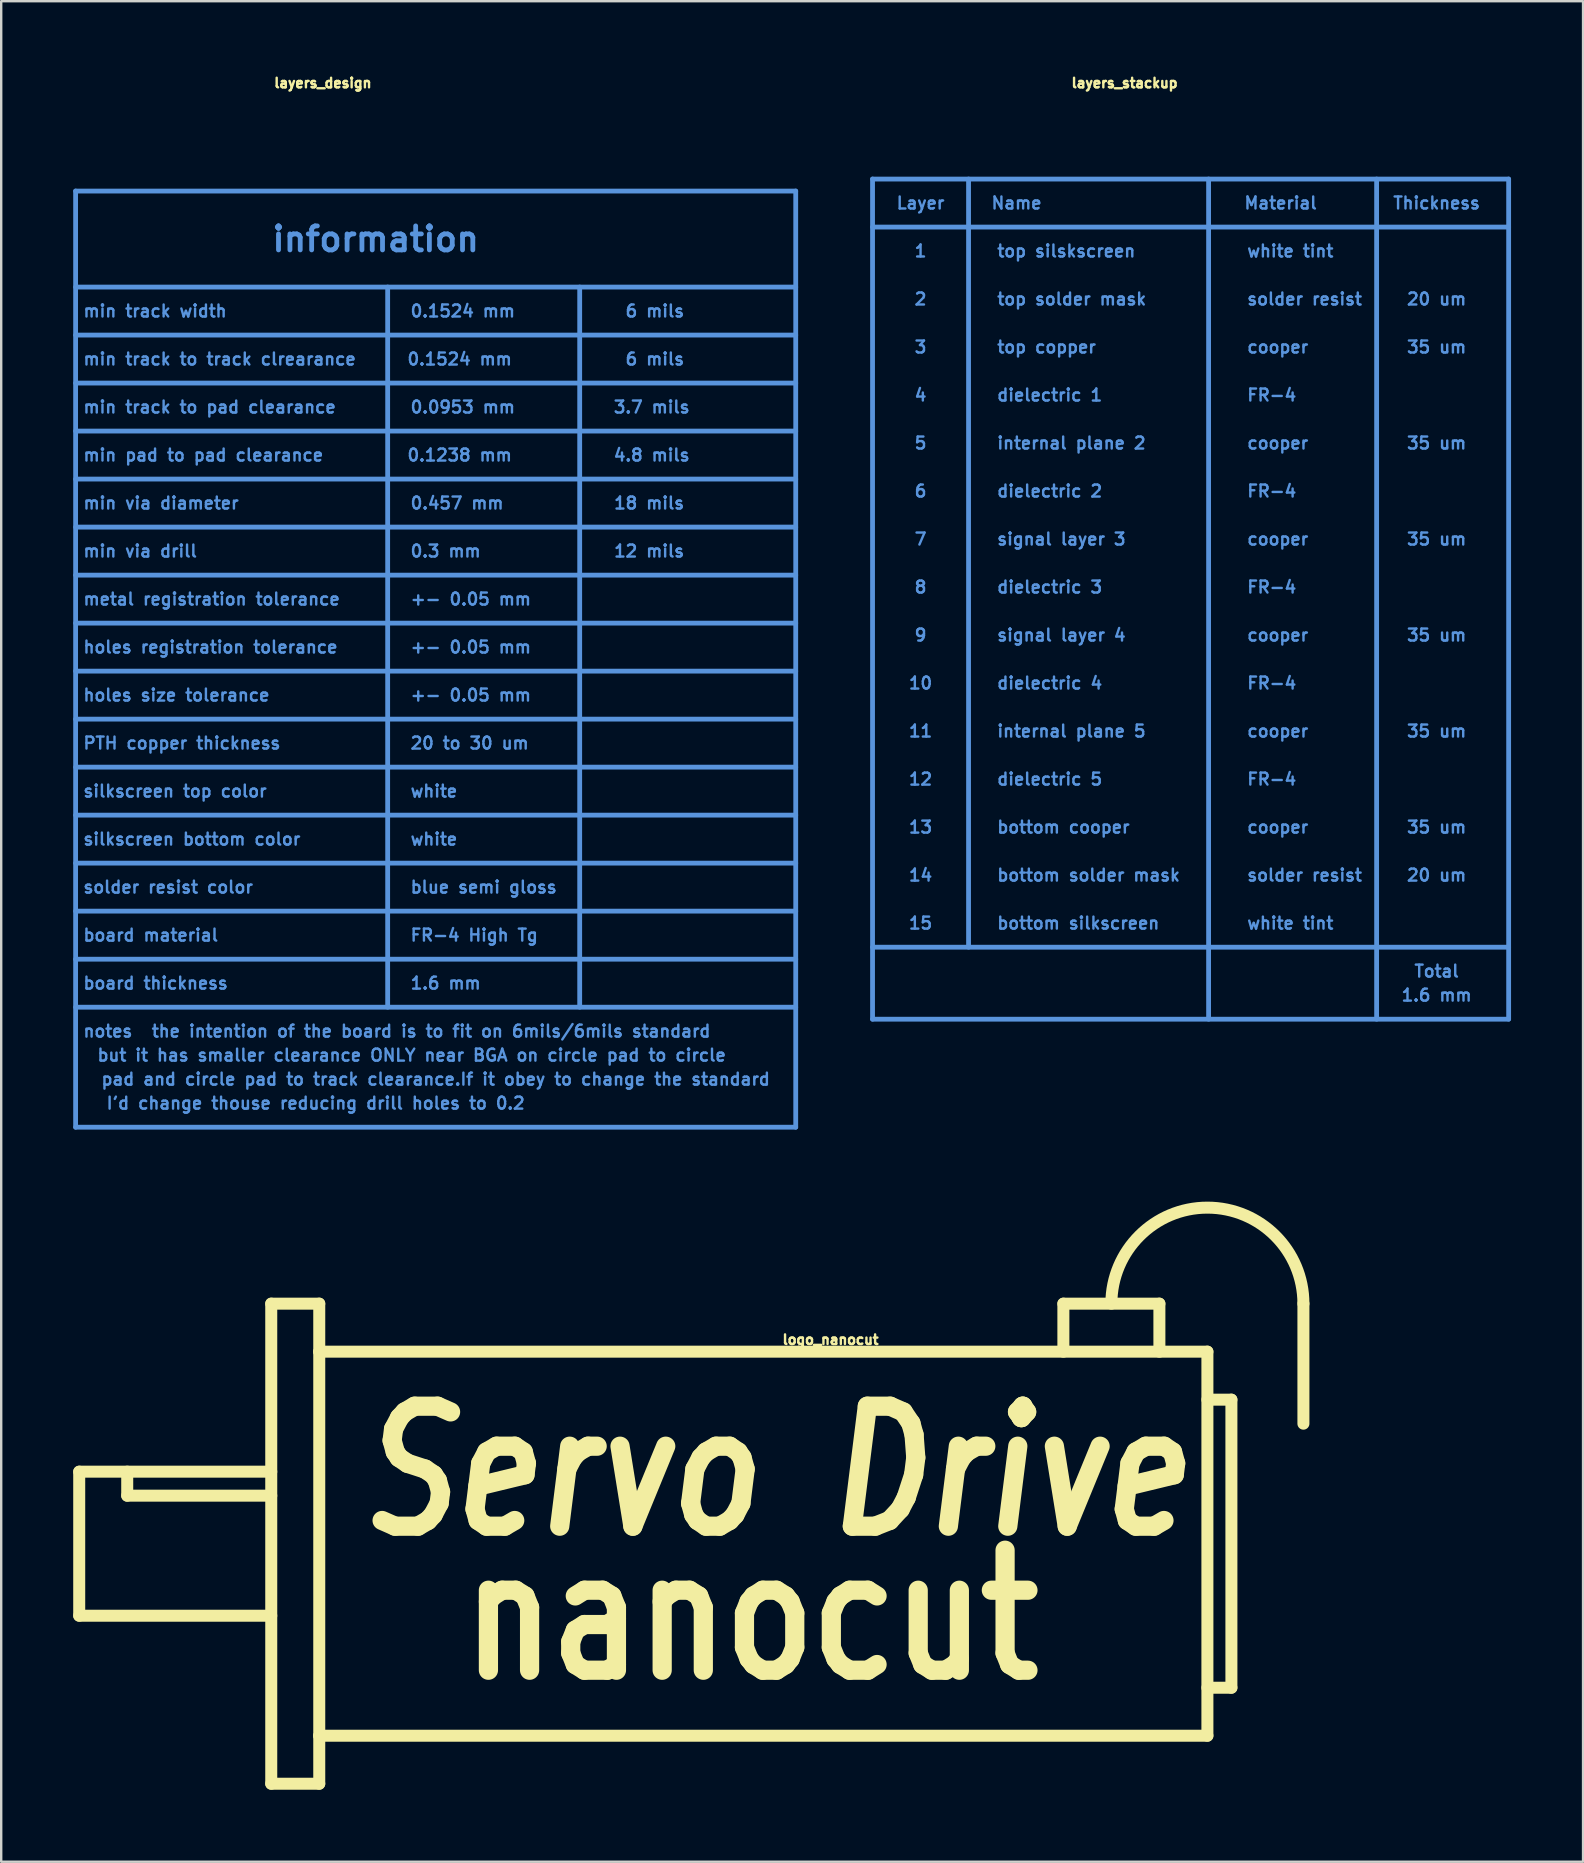
<source format=kicad_pcb>
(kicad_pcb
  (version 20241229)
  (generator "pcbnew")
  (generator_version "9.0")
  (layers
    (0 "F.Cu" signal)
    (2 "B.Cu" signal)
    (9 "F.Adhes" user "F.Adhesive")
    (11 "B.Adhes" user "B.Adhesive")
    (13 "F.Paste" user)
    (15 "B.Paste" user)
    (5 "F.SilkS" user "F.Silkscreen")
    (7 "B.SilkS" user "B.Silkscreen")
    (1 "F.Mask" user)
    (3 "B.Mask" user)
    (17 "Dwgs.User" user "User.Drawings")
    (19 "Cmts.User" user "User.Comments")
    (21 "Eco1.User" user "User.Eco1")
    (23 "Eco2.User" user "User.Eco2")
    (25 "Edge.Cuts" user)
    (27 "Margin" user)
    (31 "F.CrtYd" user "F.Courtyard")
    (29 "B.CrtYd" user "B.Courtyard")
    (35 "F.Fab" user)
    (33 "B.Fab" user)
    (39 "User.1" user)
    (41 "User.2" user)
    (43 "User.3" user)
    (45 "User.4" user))
  (footprint "layers_stackup"
    (layer "F.Cu")
    (at 43.3 8.409)
    (property "Reference" "layers_stackup" (at 0.5 -8 0) (layer "F.SilkS") (effects (font (size 0.4 0.4) (thickness 0.1))))
    (attr exclude_from_pos_files exclude_from_bom)
    (fp_line (start -10 -4) (end -10 31) (stroke (width 0.2) (type solid)) (layer "Cmts.User"))
    (fp_line (start -6 -4) (end -6 28) (stroke (width 0.2) (type solid)) (layer "Cmts.User"))
    (fp_line (start 4 -4) (end 4 31) (stroke (width 0.2) (type solid)) (layer "Cmts.User"))
    (fp_line (start 11 -4) (end 11 31) (stroke (width 0.2) (type solid)) (layer "Cmts.User"))
    (fp_line (start 16.5 -4) (end -10 -4) (stroke (width 0.2) (type solid)) (layer "Cmts.User"))
    (fp_line (start 16.5 -4) (end 16.5 31) (stroke (width 0.2) (type solid)) (layer "Cmts.User"))
    (fp_line (start 16.5 -2) (end -10 -2) (stroke (width 0.2) (type solid)) (layer "Cmts.User"))
    (fp_line (start 16.5 28) (end -10 28) (stroke (width 0.2) (type solid)) (layer "Cmts.User"))
    (fp_line (start 16.5 31) (end -10 31) (stroke (width 0.2) (type solid)) (layer "Cmts.User"))
    (fp_text user "dielectric 3" (at -2.619 13 0) (layer "Cmts.User") (effects (font (size 0.5 0.5) (thickness 0.1))))
    (fp_text user "4" (at -8 5 0) (layer "Cmts.User") (effects (font (size 0.5 0.5) (thickness 0.1))))
    (fp_text user "internal plane 2" (at -1.714 7 0) (layer "Cmts.User") (effects (font (size 0.5 0.5) (thickness 0.1))))
    (fp_text user "bottom cooper" (at -2.048 23 0) (layer "Cmts.User") (effects (font (size 0.5 0.5) (thickness 0.1))))
    (fp_text user "signal layer 4" (at -2.131 15 0) (layer "Cmts.User") (effects (font (size 0.5 0.5) (thickness 0.1))))
    (fp_text user "Total" (at 13.5 29 0) (layer "Cmts.User") (effects (font (size 0.5 0.5) (thickness 0.1))))
    (fp_text user "13" (at -8 23 0) (layer "Cmts.User") (effects (font (size 0.5 0.5) (thickness 0.1))))
    (fp_text user "14" (at -8 25 0) (layer "Cmts.User") (effects (font (size 0.5 0.5) (thickness 0.1))))
    (fp_text user "internal plane 5" (at -1.714 19 0) (layer "Cmts.User") (effects (font (size 0.5 0.5) (thickness 0.1))))
    (fp_text user "1" (at -8 -1 0) (layer "Cmts.User") (effects (font (size 0.5 0.5) (thickness 0.1))))
    (fp_text user "Material" (at 7 -3 0) (layer "Cmts.User") (effects (font (size 0.5 0.5) (thickness 0.1))))
    (fp_text user "FR-4" (at 6.631 5 0) (layer "Cmts.User") (effects (font (size 0.5 0.5) (thickness 0.1))))
    (fp_text user "5" (at -8 7 0) (layer "Cmts.User") (effects (font (size 0.5 0.5) (thickness 0.1))))
    (fp_text user "cooper" (at 6.881 15 0) (layer "Cmts.User") (effects (font (size 0.5 0.5) (thickness 0.1))))
    (fp_text user "cooper" (at 6.881 19 0) (layer "Cmts.User") (effects (font (size 0.5 0.5) (thickness 0.1))))
    (fp_text user "20 um" (at 13.5 25 0) (layer "Cmts.User") (effects (font (size 0.5 0.5) (thickness 0.1))))
    (fp_text user "12" (at -8 21 0) (layer "Cmts.User") (effects (font (size 0.5 0.5) (thickness 0.1))))
    (fp_text user "top silskscreen" (at -1.929 -1 0) (layer "Cmts.User") (effects (font (size 0.5 0.5) (thickness 0.1))))
    (fp_text user "Name" (at -4 -3 0) (layer "Cmts.User") (effects (font (size 0.5 0.5) (thickness 0.1))))
    (fp_text user "cooper" (at 6.881 23 0) (layer "Cmts.User") (effects (font (size 0.5 0.5) (thickness 0.1))))
    (fp_text user "FR-4" (at 6.631 13 0) (layer "Cmts.User") (effects (font (size 0.5 0.5) (thickness 0.1))))
    (fp_text user "cooper" (at 6.881 7 0) (layer "Cmts.User") (effects (font (size 0.5 0.5) (thickness 0.1))))
    (fp_text user "Layer" (at -8 -3 0) (layer "Cmts.User") (effects (font (size 0.5 0.5) (thickness 0.1))))
    (fp_text user "10" (at -8 17 0) (layer "Cmts.User") (effects (font (size 0.5 0.5) (thickness 0.1))))
    (fp_text user "dielectric 2" (at -2.619 9 0) (layer "Cmts.User") (effects (font (size 0.5 0.5) (thickness 0.1))))
    (fp_text user "dielectric 4" (at -2.619 17 0) (layer "Cmts.User") (effects (font (size 0.5 0.5) (thickness 0.1))))
    (fp_text user "Thickness" (at 13.5 -3 0) (layer "Cmts.User") (effects (font (size 0.5 0.5) (thickness 0.1))))
    (fp_text user "7" (at -8 11 0) (layer "Cmts.User") (effects (font (size 0.5 0.5) (thickness 0.1))))
    (fp_text user "top copper" (at -2.75 3 0) (layer "Cmts.User") (effects (font (size 0.5 0.5) (thickness 0.1))))
    (fp_text user "9" (at -8 15 0) (layer "Cmts.User") (effects (font (size 0.5 0.5) (thickness 0.1))))
    (fp_text user "FR-4" (at 6.631 17 0) (layer "Cmts.User") (effects (font (size 0.5 0.5) (thickness 0.1))))
    (fp_text user "bottom solder mask" (at -1 25 0) (layer "Cmts.User") (effects (font (size 0.5 0.5) (thickness 0.1))))
    (fp_text user "dielectric 5" (at -2.619 21 0) (layer "Cmts.User") (effects (font (size 0.5 0.5) (thickness 0.1))))
    (fp_text user "20 um" (at 13.5 1 0) (layer "Cmts.User") (effects (font (size 0.5 0.5) (thickness 0.1))))
    (fp_text user "11" (at -8 19 0) (layer "Cmts.User") (effects (font (size 0.5 0.5) (thickness 0.1))))
    (fp_text user "white tint" (at 7.405 -1 0) (layer "Cmts.User") (effects (font (size 0.5 0.5) (thickness 0.1))))
    (fp_text user "1.6 mm" (at 13.5 30 0) (layer "Cmts.User") (effects (font (size 0.5 0.5) (thickness 0.1))))
    (fp_text user "white tint" (at 7.405 27 0) (layer "Cmts.User") (effects (font (size 0.5 0.5) (thickness 0.1))))
    (fp_text user "35 um" (at 13.5 23 0) (layer "Cmts.User") (effects (font (size 0.5 0.5) (thickness 0.1))))
    (fp_text user "top solder mask" (at -1.702 1 0) (layer "Cmts.User") (effects (font (size 0.5 0.5) (thickness 0.1))))
    (fp_text user "3" (at -8 3 0) (layer "Cmts.User") (effects (font (size 0.5 0.5) (thickness 0.1))))
    (fp_text user "bottom silkscreen" (at -1.429 27 0) (layer "Cmts.User") (effects (font (size 0.5 0.5) (thickness 0.1))))
    (fp_text user "35 um" (at 13.5 15 0) (layer "Cmts.User") (effects (font (size 0.5 0.5) (thickness 0.1))))
    (fp_text user "FR-4" (at 6.631 21 0) (layer "Cmts.User") (effects (font (size 0.5 0.5) (thickness 0.1))))
    (fp_text user "solder resist" (at 8 25 0) (layer "Cmts.User") (effects (font (size 0.5 0.5) (thickness 0.1))))
    (fp_text user "35 um" (at 13.5 19 0) (layer "Cmts.User") (effects (font (size 0.5 0.5) (thickness 0.1))))
    (fp_text user "35 um" (at 13.5 3 0) (layer "Cmts.User") (effects (font (size 0.5 0.5) (thickness 0.1))))
    (fp_text user "6" (at -8 9 0) (layer "Cmts.User") (effects (font (size 0.5 0.5) (thickness 0.1))))
    (fp_text user "15" (at -8 27 0) (layer "Cmts.User") (effects (font (size 0.5 0.5) (thickness 0.1))))
    (fp_text user "8" (at -8 13 0) (layer "Cmts.User") (effects (font (size 0.5 0.5) (thickness 0.1))))
    (fp_text user "dielectric 1" (at -2.619 5 0) (layer "Cmts.User") (effects (font (size 0.5 0.5) (thickness 0.1))))
    (fp_text user "signal layer 3" (at -2.131 11 0) (layer "Cmts.User") (effects (font (size 0.5 0.5) (thickness 0.1))))
    (fp_text user "35 um" (at 13.5 11 0) (layer "Cmts.User") (effects (font (size 0.5 0.5) (thickness 0.1))))
    (fp_text user "solder resist" (at 8 1 0) (layer "Cmts.User") (effects (font (size 0.5 0.5) (thickness 0.1))))
    (fp_text user "cooper" (at 6.881 11 0) (layer "Cmts.User") (effects (font (size 0.5 0.5) (thickness 0.1))))
    (fp_text user "2" (at -8 1 0) (layer "Cmts.User") (effects (font (size 0.5 0.5) (thickness 0.1))))
    (fp_text user "35 um" (at 13.5 7 0) (layer "Cmts.User") (effects (font (size 0.5 0.5) (thickness 0.1))))
    (fp_text user "FR-4" (at 6.631 9 0) (layer "Cmts.User") (effects (font (size 0.5 0.5) (thickness 0.1))))
    (fp_text user "cooper" (at 6.881 3 0) (layer "Cmts.User") (effects (font (size 0.5 0.5) (thickness 0.1)))))
  (footprint "logo_nanocut"
    (layer "F.Cu")
    (at 31.25 61.26)
    (property "Reference" "logo_nanocut" (at 0.3 -8.5 0) (layer "F.SilkS") (effects (font (size 0.4 0.4) (thickness 0.1))))
    (attr exclude_from_pos_files exclude_from_bom)
    (fp_line (start -31 -3) (end -31 3) (stroke (width 0.5) (type solid)) (layer "F.SilkS"))
    (fp_line (start -31 3) (end -23 3) (stroke (width 0.5) (type solid)) (layer "F.SilkS"))
    (fp_line (start -29 -3) (end -29 -2) (stroke (width 0.5) (type solid)) (layer "F.SilkS"))
    (fp_line (start -29 -2) (end -23 -2) (stroke (width 0.5) (type solid)) (layer "F.SilkS"))
    (fp_line (start -23 -10) (end -23 10) (stroke (width 0.5) (type solid)) (layer "F.SilkS"))
    (fp_line (start -23 -3) (end -31 -3) (stroke (width 0.5) (type solid)) (layer "F.SilkS"))
    (fp_line (start -23 10) (end -21 10) (stroke (width 0.5) (type solid)) (layer "F.SilkS"))
    (fp_line (start -21 -10) (end -23 -10) (stroke (width 0.5) (type solid)) (layer "F.SilkS"))
    (fp_line (start -21 -8) (end -21 -10) (stroke (width 0.5) (type solid)) (layer "F.SilkS"))
    (fp_line (start -21 -8) (end -21 8) (stroke (width 0.5) (type solid)) (layer "F.SilkS"))
    (fp_line (start -21 8) (end 16 8) (stroke (width 0.5) (type solid)) (layer "F.SilkS"))
    (fp_line (start -21 10) (end -21 8) (stroke (width 0.5) (type solid)) (layer "F.SilkS"))
    (fp_line (start 10 -10) (end 14 -10) (stroke (width 0.5) (type solid)) (layer "F.SilkS"))
    (fp_line (start 10 -8) (end 10 -10) (stroke (width 0.5) (type solid)) (layer "F.SilkS"))
    (fp_line (start 14 -10) (end 14 -8) (stroke (width 0.5) (type solid)) (layer "F.SilkS"))
    (fp_line (start 16 -8) (end -21 -8) (stroke (width 0.5) (type solid)) (layer "F.SilkS"))
    (fp_line (start 16 -6) (end 17 -6) (stroke (width 0.5) (type solid)) (layer "F.SilkS"))
    (fp_line (start 16 8) (end 16 -8) (stroke (width 0.5) (type solid)) (layer "F.SilkS"))
    (fp_line (start 17 -6) (end 17 6) (stroke (width 0.5) (type solid)) (layer "F.SilkS"))
    (fp_line (start 17 6) (end 16 6) (stroke (width 0.5) (type solid)) (layer "F.SilkS"))
    (fp_line (start 20 -10) (end 20 -5) (stroke (width 0.5) (type solid)) (layer "F.SilkS"))
    (fp_arc (start 12 -10) (mid 16 -14) (end 20 -10) (stroke (width 0.5) (type solid)) (layer "F.SilkS"))
    (fp_text user "Servo Drive" (at -2 -3 0) (layer "F.SilkS") (effects (font (size 5 4) (thickness 0.8) (italic yes))))
    (fp_text user "nanocut" (at -3 3 0) (layer "F.SilkS") (effects (font (size 5 4) (thickness 0.8)))))
  (footprint "layers_design"
    (layer "F.Cu")
    (at 10.1 10.909)
    (property "Reference" "layers_design" (at 0.3 -10.5 0) (layer "F.SilkS") (effects (font (size 0.4 0.4) (thickness 0.1))))
    (attr exclude_from_pos_files exclude_from_bom)
    (fp_line (start -10 -6) (end -10 33) (stroke (width 0.2) (type solid)) (layer "Cmts.User"))
    (fp_line (start 3 -2) (end 3 28) (stroke (width 0.2) (type solid)) (layer "Cmts.User"))
    (fp_line (start 11 -2) (end 11 28) (stroke (width 0.2) (type solid)) (layer "Cmts.User"))
    (fp_line (start 20 -6) (end -10 -6) (stroke (width 0.2) (type solid)) (layer "Cmts.User"))
    (fp_line (start 20 -6) (end 20 33) (stroke (width 0.2) (type solid)) (layer "Cmts.User"))
    (fp_line (start 20 -2) (end -10 -2) (stroke (width 0.2) (type solid)) (layer "Cmts.User"))
    (fp_line (start 20 0) (end -10 0) (stroke (width 0.2) (type solid)) (layer "Cmts.User"))
    (fp_line (start 20 2) (end -10 2) (stroke (width 0.2) (type solid)) (layer "Cmts.User"))
    (fp_line (start 20 4) (end -10 4) (stroke (width 0.2) (type solid)) (layer "Cmts.User"))
    (fp_line (start 20 6) (end -10 6) (stroke (width 0.2) (type solid)) (layer "Cmts.User"))
    (fp_line (start 20 8) (end -10 8) (stroke (width 0.2) (type solid)) (layer "Cmts.User"))
    (fp_line (start 20 10) (end -10 10) (stroke (width 0.2) (type solid)) (layer "Cmts.User"))
    (fp_line (start 20 12) (end -10 12) (stroke (width 0.2) (type solid)) (layer "Cmts.User"))
    (fp_line (start 20 14) (end -10 14) (stroke (width 0.2) (type solid)) (layer "Cmts.User"))
    (fp_line (start 20 16) (end -10 16) (stroke (width 0.2) (type solid)) (layer "Cmts.User"))
    (fp_line (start 20 18) (end -10 18) (stroke (width 0.2) (type solid)) (layer "Cmts.User"))
    (fp_line (start 20 20) (end -10 20) (stroke (width 0.2) (type solid)) (layer "Cmts.User"))
    (fp_line (start 20 22) (end -10 22) (stroke (width 0.2) (type solid)) (layer "Cmts.User"))
    (fp_line (start 20 24) (end -10 24) (stroke (width 0.2) (type solid)) (layer "Cmts.User"))
    (fp_line (start 20 26) (end -10 26) (stroke (width 0.2) (type solid)) (layer "Cmts.User"))
    (fp_line (start 20 28) (end -10 28) (stroke (width 0.2) (type solid)) (layer "Cmts.User"))
    (fp_line (start 20 33) (end -10 33) (stroke (width 0.2) (type solid)) (layer "Cmts.User"))
    (fp_text user "board material" (at -6.869 25 0) (layer "Cmts.User") (effects (font (size 0.5 0.5) (thickness 0.1))))
    (fp_text user "+- 0.05 mm" (at 6.464 13 0) (layer "Cmts.User") (effects (font (size 0.5 0.5) (thickness 0.1))))
    (fp_text user "silkscreen bottom color" (at -5.155 21 0) (layer "Cmts.User") (effects (font (size 0.5 0.5) (thickness 0.1))))
    (fp_text user "0.3 mm" (at 5.417 9 0) (layer "Cmts.User") (effects (font (size 0.5 0.5) (thickness 0.1))))
    (fp_text user "0.457 mm" (at 5.893 7 0) (layer "Cmts.User") (effects (font (size 0.5 0.5) (thickness 0.1))))
    (fp_text user "+- 0.05 mm" (at 6.464 15 0) (layer "Cmts.User") (effects (font (size 0.5 0.5) (thickness 0.1))))
    (fp_text user "0.1524 mm" (at 6 1 0) (layer "Cmts.User") (effects (font (size 0.5 0.5) (thickness 0.1))))
    (fp_text user "0.1238 mm" (at 6 5 0) (layer "Cmts.User") (effects (font (size 0.5 0.5) (thickness 0.1))))
    (fp_text user "18 mils" (at 13.893 7 0) (layer "Cmts.User") (effects (font (size 0.5 0.5) (thickness 0.1))))
    (fp_text user "6 mils" (at 14.131 -1 0) (layer "Cmts.User") (effects (font (size 0.5 0.5) (thickness 0.1))))
    (fp_text user "notes" (at -8.655 29 0) (layer "Cmts.User") (effects (font (size 0.5 0.5) (thickness 0.1))))
    (fp_text user "holes size tolerance" (at -5.798 15 0) (layer "Cmts.User") (effects (font (size 0.5 0.5) (thickness 0.1))))
    (fp_text user "12 mils" (at 13.893 9 0) (layer "Cmts.User") (effects (font (size 0.5 0.5) (thickness 0.1))))
    (fp_text user "4.8 mils" (at 14 5 0) (layer "Cmts.User") (effects (font (size 0.5 0.5) (thickness 0.1))))
    (fp_text user "1.6 mm" (at 5.417 27 0) (layer "Cmts.User") (effects (font (size 0.5 0.5) (thickness 0.1))))
    (fp_text user "min track to pad clearance" (at -4.417 3 0) (layer "Cmts.User") (effects (font (size 0.5 0.5) (thickness 0.1))))
    (fp_text user "0.0953 mm" (at 6.131 3 0) (layer "Cmts.User") (effects (font (size 0.5 0.5) (thickness 0.1))))
    (fp_text user "the intention of the board is to fit on 6mils/6mils standard " (at 5 29 0) (layer "Cmts.User") (effects (font (size 0.5 0.5) (thickness 0.1))))
    (fp_text user "but it has smaller clearance ONLY near BGA on circle pad to circle" (at 4 30 0) (layer "Cmts.User") (effects (font (size 0.5 0.5) (thickness 0.1))))
    (fp_text user "min via drill" (at -7.31 9 0) (layer "Cmts.User") (effects (font (size 0.5 0.5) (thickness 0.1))))
    (fp_text user "min track width" (at -6.69 -1 0) (layer "Cmts.User") (effects (font (size 0.5 0.5) (thickness 0.1))))
    (fp_text user "min via diameter" (at -6.44 7 0) (layer "Cmts.User") (effects (font (size 0.5 0.5) (thickness 0.1))))
    (fp_text user "min track to track clrearance" (at -4 1 0) (layer "Cmts.User") (effects (font (size 0.5 0.5) (thickness 0.1))))
    (fp_text user "information" (at 2.5 -4 0) (layer "Cmts.User") (effects (font (size 1 1) (thickness 0.2))))
    (fp_text user "FR-4 High Tg" (at 6.607 25 0) (layer "Cmts.User") (effects (font (size 0.5 0.5) (thickness 0.1))))
    (fp_text user "white" (at 4.929 21 0) (layer "Cmts.User") (effects (font (size 0.5 0.5) (thickness 0.1))))
    (fp_text user "pad and circle pad to track clearance.If it obey to change the standard" (at 5 31 0) (layer "Cmts.User") (effects (font (size 0.5 0.5) (thickness 0.1))))
    (fp_text user "0.1524 mm" (at 6.131 -1 0) (layer "Cmts.User") (effects (font (size 0.5 0.5) (thickness 0.1))))
    (fp_text user "solder resist color" (at -6.143 23 0) (layer "Cmts.User") (effects (font (size 0.5 0.5) (thickness 0.1))))
    (fp_text user "board thickness" (at -6.667 27 0) (layer "Cmts.User") (effects (font (size 0.5 0.5) (thickness 0.1))))
    (fp_text user "20 to 30 um" (at 6.417 17 0) (layer "Cmts.User") (effects (font (size 0.5 0.5) (thickness 0.1))))
    (fp_text user "white" (at 4.929 19 0) (layer "Cmts.User") (effects (font (size 0.5 0.5) (thickness 0.1))))
    (fp_text user "metal registration tolerance" (at -4.333 11 0) (layer "Cmts.User") (effects (font (size 0.5 0.5) (thickness 0.1))))
    (fp_text user "holes registration tolerance" (at -4.381 13 0) (layer "Cmts.User") (effects (font (size 0.5 0.5) (thickness 0.1))))
    (fp_text user "silkscreen top color" (at -5.857 19 0) (layer "Cmts.User") (effects (font (size 0.5 0.5) (thickness 0.1))))
    (fp_text user "+- 0.05 mm" (at 6.464 11 0) (layer "Cmts.User") (effects (font (size 0.5 0.5) (thickness 0.1))))
    (fp_text user "6 mils" (at 14.131 1 0) (layer "Cmts.User") (effects (font (size 0.5 0.5) (thickness 0.1))))
    (fp_text user "min pad to pad clearance" (at -4.679 5 0) (layer "Cmts.User") (effects (font (size 0.5 0.5) (thickness 0.1))))
    (fp_text user "blue semi gloss" (at 7 23 0) (layer "Cmts.User") (effects (font (size 0.5 0.5) (thickness 0.1))))
    (fp_text user "PTH copper thickness" (at -5.571 17 0) (layer "Cmts.User") (effects (font (size 0.5 0.5) (thickness 0.1))))
    (fp_text user "3.7 mils" (at 14 3 0) (layer "Cmts.User") (effects (font (size 0.5 0.5) (thickness 0.1))))
    (fp_text user "I'd change thouse reducing drill holes to 0.2" (at 0 32 0) (layer "Cmts.User") (effects (font (size 0.5 0.5) (thickness 0.1)))))
  (gr_rect
    (start -3 -3)
    (end 62.9 74.51)
    (stroke (width 0.1) (type default))
    (fill no)
    (layer "Edge.Cuts")))
</source>
